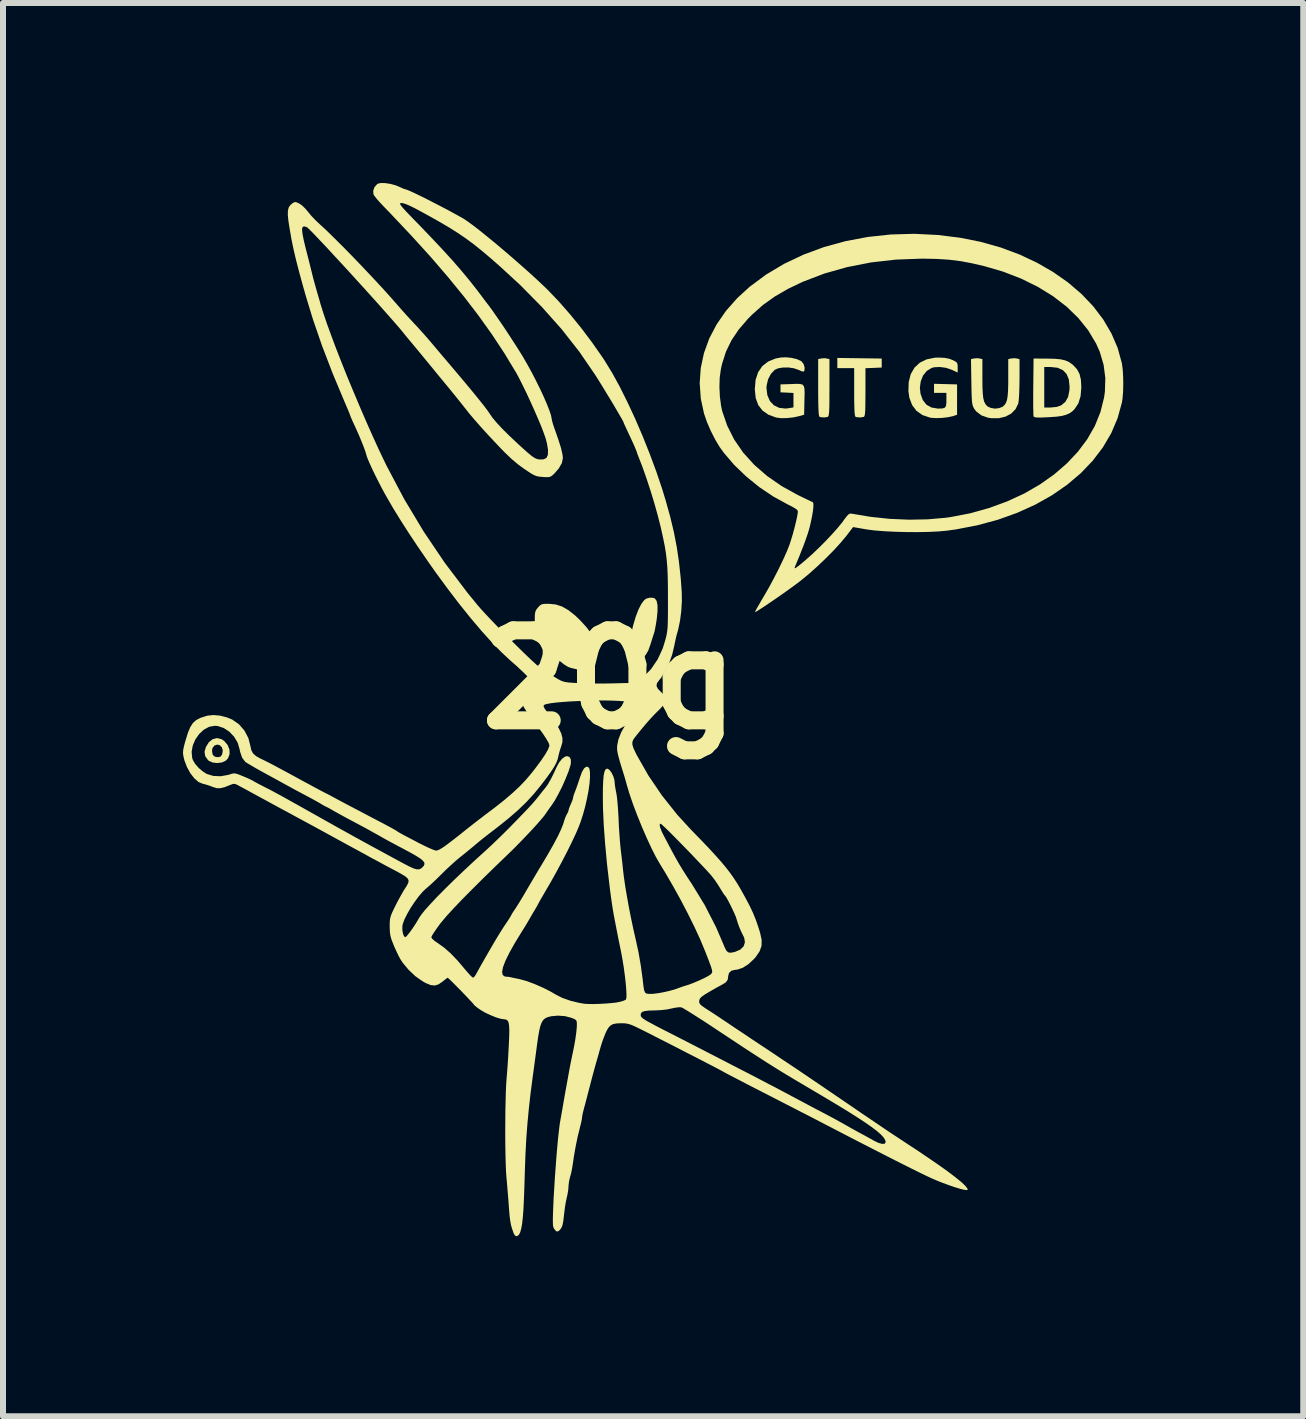
<source format=kicad_pcb>
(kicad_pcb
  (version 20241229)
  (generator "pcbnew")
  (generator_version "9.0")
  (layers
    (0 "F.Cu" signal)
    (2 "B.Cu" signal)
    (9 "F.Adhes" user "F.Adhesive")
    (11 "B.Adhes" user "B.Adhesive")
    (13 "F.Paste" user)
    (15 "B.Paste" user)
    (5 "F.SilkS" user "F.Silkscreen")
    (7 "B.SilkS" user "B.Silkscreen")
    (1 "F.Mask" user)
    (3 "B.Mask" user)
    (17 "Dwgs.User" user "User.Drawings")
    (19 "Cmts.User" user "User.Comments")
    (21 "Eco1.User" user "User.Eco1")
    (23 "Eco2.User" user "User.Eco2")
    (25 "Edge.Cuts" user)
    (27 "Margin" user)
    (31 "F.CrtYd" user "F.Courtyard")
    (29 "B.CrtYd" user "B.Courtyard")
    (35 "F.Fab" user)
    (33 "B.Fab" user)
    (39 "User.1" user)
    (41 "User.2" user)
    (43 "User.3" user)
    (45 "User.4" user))
  (footprint "20g"
    (layer "F.Cu")
    (at 7.11 8.278)
    (property "Reference" "20g" (at 0 0 0) (layer "F.SilkS") (effects (font (size 1.5 1.5) (thickness 0.3))))
    (attr board_only exclude_from_pos_files exclude_from_bom)
    (fp_poly (pts (xy 3.618 -5.353) (xy 3.665 -5.342) (xy 3.665 -4.866) (xy 3.664 -4.719) (xy 3.664 -4.604) (xy 3.662 -4.519) (xy 3.659 -4.458) (xy 3.654 -4.418) (xy 3.648 -4.394) (xy 3.64 -4.382) (xy 3.635 -4.379) (xy 3.579 -4.37) (xy 3.518 -4.375) (xy 3.501 -4.38) (xy 3.493 -4.392) (xy 3.487 -4.424) (xy 3.483 -4.479) (xy 3.48 -4.56) (xy 3.478 -4.671) (xy 3.477 -4.815) (xy 3.477 -4.866) (xy 3.477 -5.342) (xy 3.524 -5.353) (xy 3.581 -5.358)) (stroke (width 0) (type solid)) (fill yes) (layer "F.SilkS"))
    (fp_poly (pts (xy 4.166 -5.357) (xy 4.536 -5.352) (xy 4.536 -5.277) (xy 4.536 -5.202) (xy 4.4 -5.196) (xy 4.265 -5.191) (xy 4.265 -4.791) (xy 4.264 -4.656) (xy 4.263 -4.555) (xy 4.261 -4.482) (xy 4.257 -4.432) (xy 4.251 -4.402) (xy 4.244 -4.385) (xy 4.235 -4.379) (xy 4.179 -4.37) (xy 4.118 -4.375) (xy 4.101 -4.38) (xy 4.092 -4.393) (xy 4.086 -4.427) (xy 4.082 -4.484) (xy 4.079 -4.57) (xy 4.077 -4.687) (xy 4.077 -4.791) (xy 4.077 -5.192) (xy 3.937 -5.192) (xy 3.796 -5.192) (xy 3.796 -5.277) (xy 3.796 -5.362)) (stroke (width 0) (type solid)) (fill yes) (layer "F.SilkS"))
    (fp_poly (pts (xy -6.471 0.991) (xy -6.424 1.021) (xy -6.366 1.089) (xy -6.336 1.165) (xy -6.333 1.242) (xy -6.36 1.311) (xy -6.395 1.349) (xy -6.458 1.379) (xy -6.536 1.39) (xy -6.613 1.382) (xy -6.677 1.355) (xy -6.692 1.342) (xy -6.74 1.275) (xy -6.751 1.203) (xy -6.747 1.188) (xy -6.626 1.188) (xy -6.616 1.25) (xy -6.581 1.284) (xy -6.529 1.293) (xy -6.483 1.283) (xy -6.457 1.245) (xy -6.457 1.244) (xy -6.447 1.182) (xy -6.461 1.13) (xy -6.494 1.094) (xy -6.538 1.082) (xy -6.587 1.099) (xy -6.62 1.144) (xy -6.626 1.188) (xy -6.747 1.188) (xy -6.728 1.122) (xy -6.678 1.042) (xy -6.614 0.992) (xy -6.543 0.974)) (stroke (width 0) (type solid)) (fill yes) (layer "F.SilkS"))
    (fp_poly (pts (xy 0.726 -1.364) (xy 0.756 -1.352) (xy 0.784 -1.313) (xy 0.799 -1.24) (xy 0.799 -1.136) (xy 0.787 -1.016) (xy 0.774 -0.931) (xy 0.76 -0.854) (xy 0.748 -0.796) (xy 0.742 -0.778) (xy 0.727 -0.732) (xy 0.706 -0.665) (xy 0.682 -0.589) (xy 0.68 -0.582) (xy 0.645 -0.485) (xy 0.604 -0.415) (xy 0.574 -0.381) (xy 0.515 -0.337) (xy 0.458 -0.319) (xy 0.412 -0.326) (xy 0.387 -0.351) (xy 0.374 -0.388) (xy 0.357 -0.445) (xy 0.347 -0.484) (xy 0.336 -0.54) (xy 0.334 -0.593) (xy 0.34 -0.655) (xy 0.355 -0.74) (xy 0.356 -0.746) (xy 0.393 -0.905) (xy 0.435 -1.046) (xy 0.481 -1.167) (xy 0.529 -1.261) (xy 0.577 -1.325) (xy 0.608 -1.349) (xy 0.666 -1.366)) (stroke (width 0) (type solid)) (fill yes) (layer "F.SilkS"))
    (fp_poly (pts (xy -1.009 -1.264) (xy -0.897 -1.253) (xy -0.79 -1.218) (xy -0.683 -1.156) (xy -0.57 -1.066) (xy -0.487 -0.986) (xy -0.383 -0.872) (xy -0.309 -0.77) (xy -0.26 -0.673) (xy -0.235 -0.574) (xy -0.228 -0.485) (xy -0.233 -0.389) (xy -0.257 -0.318) (xy -0.303 -0.259) (xy -0.365 -0.211) (xy -0.448 -0.177) (xy -0.547 -0.172) (xy -0.654 -0.198) (xy -0.694 -0.214) (xy -0.758 -0.253) (xy -0.837 -0.316) (xy -0.921 -0.394) (xy -1.002 -0.48) (xy -1.07 -0.562) (xy -1.102 -0.612) (xy -1.142 -0.682) (xy -1.181 -0.757) (xy -1.183 -0.761) (xy -1.218 -0.841) (xy -1.238 -0.907) (xy -1.246 -0.975) (xy -1.247 -1.018) (xy -1.245 -1.089) (xy -1.236 -1.136) (xy -1.218 -1.172) (xy -1.192 -1.204) (xy -1.16 -1.237) (xy -1.13 -1.255) (xy -1.091 -1.263) (xy -1.028 -1.264)) (stroke (width 0) (type solid)) (fill yes) (layer "F.SilkS"))
    (fp_poly (pts (xy 7.292 -5.351) (xy 7.42 -5.348) (xy 7.518 -5.339) (xy 7.595 -5.321) (xy 7.657 -5.294) (xy 7.714 -5.254) (xy 7.728 -5.242) (xy 7.791 -5.174) (xy 7.833 -5.096) (xy 7.856 -4.999) (xy 7.863 -4.876) (xy 7.863 -4.874) (xy 7.851 -4.726) (xy 7.814 -4.605) (xy 7.751 -4.51) (xy 7.716 -4.475) (xy 7.667 -4.44) (xy 7.611 -4.415) (xy 7.541 -4.396) (xy 7.449 -4.383) (xy 7.329 -4.375) (xy 7.297 -4.373) (xy 7.2 -4.369) (xy 7.134 -4.369) (xy 7.094 -4.373) (xy 7.073 -4.381) (xy 7.067 -4.389) (xy 7.064 -4.414) (xy 7.063 -4.472) (xy 7.061 -4.556) (xy 7.061 -4.661) (xy 7.061 -4.783) (xy 7.062 -4.874) (xy 7.245 -4.874) (xy 7.245 -4.536) (xy 7.353 -4.536) (xy 7.454 -4.546) (xy 7.526 -4.571) (xy 7.596 -4.629) (xy 7.643 -4.713) (xy 7.665 -4.826) (xy 7.667 -4.883) (xy 7.655 -5.003) (xy 7.617 -5.095) (xy 7.554 -5.16) (xy 7.465 -5.199) (xy 7.35 -5.211) (xy 7.245 -5.211) (xy 7.245 -4.874) (xy 7.062 -4.874) (xy 7.062 -4.884) (xy 7.067 -5.352)) (stroke (width 0) (type solid)) (fill yes) (layer "F.SilkS"))
    (fp_poly (pts (xy 6.786 -5.353) (xy 6.833 -5.342) (xy 6.833 -5.009) (xy 6.831 -4.894) (xy 6.828 -4.787) (xy 6.823 -4.697) (xy 6.817 -4.631) (xy 6.812 -4.602) (xy 6.767 -4.509) (xy 6.695 -4.435) (xy 6.6 -4.384) (xy 6.487 -4.357) (xy 6.36 -4.358) (xy 6.308 -4.366) (xy 6.197 -4.405) (xy 6.113 -4.469) (xy 6.08 -4.512) (xy 6.065 -4.538) (xy 6.054 -4.565) (xy 6.046 -4.599) (xy 6.04 -4.645) (xy 6.036 -4.709) (xy 6.033 -4.797) (xy 6.031 -4.915) (xy 6.03 -4.962) (xy 6.024 -5.341) (xy 6.072 -5.353) (xy 6.129 -5.358) (xy 6.167 -5.353) (xy 6.214 -5.342) (xy 6.214 -5.023) (xy 6.215 -4.884) (xy 6.22 -4.777) (xy 6.228 -4.697) (xy 6.242 -4.638) (xy 6.263 -4.595) (xy 6.29 -4.563) (xy 6.31 -4.548) (xy 6.358 -4.528) (xy 6.418 -4.518) (xy 6.43 -4.518) (xy 6.49 -4.525) (xy 6.542 -4.544) (xy 6.549 -4.548) (xy 6.582 -4.576) (xy 6.606 -4.612) (xy 6.624 -4.661) (xy 6.635 -4.728) (xy 6.642 -4.819) (xy 6.645 -4.94) (xy 6.645 -5.023) (xy 6.645 -5.342) (xy 6.692 -5.353) (xy 6.749 -5.358)) (stroke (width 0) (type solid)) (fill yes) (layer "F.SilkS"))
    (fp_poly (pts (xy 5.579 -5.364) (xy 5.656 -5.35) (xy 5.713 -5.329) (xy 5.765 -5.303) (xy 5.791 -5.281) (xy 5.801 -5.248) (xy 5.802 -5.204) (xy 5.802 -5.119) (xy 5.703 -5.165) (xy 5.609 -5.197) (xy 5.507 -5.211) (xy 5.413 -5.207) (xy 5.367 -5.195) (xy 5.287 -5.145) (xy 5.226 -5.07) (xy 5.187 -4.974) (xy 5.172 -4.868) (xy 5.182 -4.769) (xy 5.22 -4.661) (xy 5.281 -4.583) (xy 5.364 -4.536) (xy 5.47 -4.518) (xy 5.481 -4.518) (xy 5.548 -4.52) (xy 5.588 -4.533) (xy 5.608 -4.564) (xy 5.614 -4.621) (xy 5.614 -4.66) (xy 5.614 -4.78) (xy 5.511 -4.78) (xy 5.408 -4.78) (xy 5.408 -4.856) (xy 5.408 -4.931) (xy 5.6 -4.926) (xy 5.792 -4.921) (xy 5.792 -4.668) (xy 5.792 -4.415) (xy 5.727 -4.393) (xy 5.646 -4.375) (xy 5.547 -4.363) (xy 5.446 -4.359) (xy 5.36 -4.364) (xy 5.339 -4.368) (xy 5.215 -4.41) (xy 5.116 -4.48) (xy 5.043 -4.576) (xy 4.997 -4.697) (xy 4.981 -4.808) (xy 4.986 -4.961) (xy 5.02 -5.092) (xy 5.082 -5.2) (xy 5.171 -5.283) (xy 5.284 -5.338) (xy 5.421 -5.366) (xy 5.481 -5.368)) (stroke (width 0) (type solid)) (fill yes) (layer "F.SilkS"))
    (fp_poly (pts (xy 3.035 -5.363) (xy 3.123 -5.342) (xy 3.189 -5.312) (xy 3.196 -5.308) (xy 3.235 -5.259) (xy 3.252 -5.197) (xy 3.246 -5.146) (xy 3.232 -5.134) (xy 3.201 -5.14) (xy 3.155 -5.161) (xy 3.075 -5.189) (xy 2.982 -5.203) (xy 2.888 -5.202) (xy 2.806 -5.188) (xy 2.752 -5.163) (xy 2.689 -5.096) (xy 2.642 -5.006) (xy 2.618 -4.903) (xy 2.615 -4.86) (xy 2.63 -4.741) (xy 2.672 -4.644) (xy 2.739 -4.573) (xy 2.827 -4.53) (xy 2.933 -4.518) (xy 2.998 -4.526) (xy 3.065 -4.538) (xy 3.065 -4.658) (xy 3.065 -4.778) (xy 2.957 -4.784) (xy 2.849 -4.789) (xy 2.849 -4.855) (xy 2.849 -4.921) (xy 3.009 -4.926) (xy 3.104 -4.93) (xy 3.171 -4.929) (xy 3.215 -4.918) (xy 3.239 -4.891) (xy 3.249 -4.844) (xy 3.251 -4.77) (xy 3.248 -4.665) (xy 3.248 -4.663) (xy 3.243 -4.416) (xy 3.16 -4.392) (xy 3.064 -4.371) (xy 2.96 -4.36) (xy 2.861 -4.358) (xy 2.782 -4.368) (xy 2.779 -4.368) (xy 2.649 -4.415) (xy 2.55 -4.484) (xy 2.479 -4.575) (xy 2.436 -4.692) (xy 2.421 -4.834) (xy 2.421 -4.846) (xy 2.434 -4.997) (xy 2.476 -5.124) (xy 2.546 -5.226) (xy 2.643 -5.302) (xy 2.766 -5.352) (xy 2.851 -5.369) (xy 2.94 -5.373)) (stroke (width 0) (type solid)) (fill yes) (layer "F.SilkS"))
    (fp_poly (pts (xy 5.476 -7.411) (xy 5.844 -7.365) (xy 6.189 -7.296) (xy 6.519 -7.203) (xy 6.831 -7.087) (xy 7.123 -6.95) (xy 7.395 -6.793) (xy 7.643 -6.619) (xy 7.866 -6.428) (xy 8.062 -6.222) (xy 8.229 -6.002) (xy 8.365 -5.77) (xy 8.469 -5.528) (xy 8.538 -5.277) (xy 8.541 -5.261) (xy 8.553 -5.167) (xy 8.56 -5.049) (xy 8.562 -4.922) (xy 8.559 -4.796) (xy 8.55 -4.686) (xy 8.54 -4.621) (xy 8.468 -4.359) (xy 8.362 -4.109) (xy 8.222 -3.871) (xy 8.052 -3.648) (xy 7.852 -3.439) (xy 7.625 -3.247) (xy 7.372 -3.072) (xy 7.094 -2.916) (xy 6.793 -2.78) (xy 6.472 -2.665) (xy 6.131 -2.573) (xy 5.773 -2.504) (xy 5.614 -2.482) (xy 5.477 -2.47) (xy 5.313 -2.462) (xy 5.133 -2.459) (xy 4.944 -2.46) (xy 4.755 -2.465) (xy 4.576 -2.474) (xy 4.415 -2.487) (xy 4.281 -2.504) (xy 4.26 -2.508) (xy 4.059 -2.543) (xy 3.943 -2.391) (xy 3.849 -2.279) (xy 3.733 -2.152) (xy 3.6 -2.018) (xy 3.46 -1.885) (xy 3.319 -1.759) (xy 3.185 -1.649) (xy 3.176 -1.642) (xy 3.11 -1.592) (xy 3.028 -1.532) (xy 2.936 -1.466) (xy 2.838 -1.397) (xy 2.74 -1.329) (xy 2.647 -1.266) (xy 2.564 -1.21) (xy 2.495 -1.166) (xy 2.447 -1.136) (xy 2.424 -1.125) (xy 2.423 -1.125) (xy 2.429 -1.14) (xy 2.451 -1.182) (xy 2.487 -1.244) (xy 2.532 -1.323) (xy 2.562 -1.373) (xy 2.65 -1.525) (xy 2.737 -1.686) (xy 2.82 -1.848) (xy 2.894 -2.002) (xy 2.956 -2.14) (xy 2.999 -2.249) (xy 3.025 -2.329) (xy 3.053 -2.422) (xy 3.08 -2.521) (xy 3.104 -2.618) (xy 3.123 -2.703) (xy 3.135 -2.769) (xy 3.139 -2.802) (xy 3.129 -2.826) (xy 3.097 -2.852) (xy 3.038 -2.886) (xy 2.972 -2.919) (xy 2.731 -3.051) (xy 2.497 -3.208) (xy 2.278 -3.386) (xy 2.078 -3.578) (xy 1.906 -3.779) (xy 1.833 -3.88) (xy 1.76 -4.003) (xy 1.687 -4.146) (xy 1.623 -4.294) (xy 1.576 -4.43) (xy 1.575 -4.432) (xy 1.52 -4.687) (xy 1.507 -4.877) (xy 1.831 -4.877) (xy 1.839 -4.714) (xy 1.859 -4.56) (xy 1.876 -4.48) (xy 1.96 -4.235) (xy 2.077 -4.002) (xy 2.228 -3.783) (xy 2.412 -3.58) (xy 2.627 -3.393) (xy 2.872 -3.224) (xy 3.127 -3.083) (xy 3.215 -3.04) (xy 3.291 -3.003) (xy 3.35 -2.975) (xy 3.383 -2.959) (xy 3.388 -2.957) (xy 3.397 -2.936) (xy 3.397 -2.885) (xy 3.39 -2.812) (xy 3.375 -2.723) (xy 3.355 -2.626) (xy 3.331 -2.526) (xy 3.306 -2.441) (xy 3.273 -2.345) (xy 3.232 -2.232) (xy 3.188 -2.121) (xy 3.167 -2.067) (xy 3.134 -1.988) (xy 3.107 -1.923) (xy 3.089 -1.879) (xy 3.084 -1.862) (xy 3.089 -1.856) (xy 3.108 -1.865) (xy 3.143 -1.891) (xy 3.2 -1.937) (xy 3.268 -1.994) (xy 3.377 -2.091) (xy 3.493 -2.201) (xy 3.608 -2.317) (xy 3.715 -2.431) (xy 3.809 -2.537) (xy 3.883 -2.628) (xy 3.897 -2.649) (xy 3.944 -2.712) (xy 3.976 -2.749) (xy 4.002 -2.766) (xy 4.027 -2.768) (xy 4.037 -2.766) (xy 4.348 -2.714) (xy 4.669 -2.68) (xy 4.991 -2.666) (xy 5.304 -2.672) (xy 5.599 -2.698) (xy 5.68 -2.709) (xy 6.013 -2.773) (xy 6.33 -2.862) (xy 6.63 -2.972) (xy 6.911 -3.102) (xy 7.171 -3.252) (xy 7.408 -3.419) (xy 7.62 -3.602) (xy 7.806 -3.799) (xy 7.963 -4.009) (xy 8.089 -4.23) (xy 8.182 -4.461) (xy 8.242 -4.701) (xy 8.256 -4.799) (xy 8.263 -5.028) (xy 8.234 -5.25) (xy 8.169 -5.468) (xy 8.108 -5.604) (xy 7.978 -5.822) (xy 7.814 -6.026) (xy 7.619 -6.216) (xy 7.394 -6.389) (xy 7.142 -6.545) (xy 6.865 -6.682) (xy 6.564 -6.799) (xy 6.261 -6.888) (xy 6.049 -6.938) (xy 5.853 -6.975) (xy 5.66 -6.999) (xy 5.458 -7.012) (xy 5.233 -7.017) (xy 5.202 -7.017) (xy 4.772 -7.001) (xy 4.358 -6.954) (xy 3.96 -6.876) (xy 3.581 -6.769) (xy 3.222 -6.632) (xy 2.975 -6.514) (xy 2.754 -6.386) (xy 2.558 -6.246) (xy 2.377 -6.085) (xy 2.308 -6.016) (xy 2.154 -5.837) (xy 2.032 -5.656) (xy 1.94 -5.467) (xy 1.875 -5.263) (xy 1.855 -5.174) (xy 1.836 -5.036) (xy 1.831 -4.877) (xy 1.507 -4.877) (xy 1.502 -4.941) (xy 1.52 -5.194) (xy 1.573 -5.442) (xy 1.661 -5.685) (xy 1.784 -5.92) (xy 1.939 -6.145) (xy 2.128 -6.359) (xy 2.332 -6.546) (xy 2.608 -6.751) (xy 2.91 -6.931) (xy 3.233 -7.084) (xy 3.576 -7.211) (xy 3.935 -7.309) (xy 4.307 -7.379) (xy 4.69 -7.42) (xy 5.081 -7.431)) (stroke (width 0) (type solid)) (fill yes) (layer "F.SilkS"))
    (fp_poly (pts (xy -3.738 -8.276) (xy -3.653 -8.263) (xy -3.568 -8.24) (xy -3.494 -8.21) (xy -3.445 -8.187) (xy -3.409 -8.174) (xy -3.402 -8.173) (xy -3.374 -8.164) (xy -3.319 -8.141) (xy -3.24 -8.104) (xy -3.145 -8.058) (xy -3.036 -8.004) (xy -2.92 -7.944) (xy -2.801 -7.883) (xy -2.685 -7.822) (xy -2.577 -7.763) (xy -2.481 -7.71) (xy -2.435 -7.684) (xy -2.369 -7.64) (xy -2.28 -7.575) (xy -2.171 -7.491) (xy -2.047 -7.391) (xy -1.911 -7.28) (xy -1.769 -7.16) (xy -1.623 -7.035) (xy -1.479 -6.909) (xy -1.339 -6.785) (xy -1.208 -6.665) (xy -1.091 -6.555) (xy -1.02 -6.486) (xy -0.843 -6.3) (xy -0.658 -6.089) (xy -0.472 -5.86) (xy -0.292 -5.621) (xy -0.125 -5.382) (xy -0.078 -5.311) (xy 0.045 -5.11) (xy 0.172 -4.878) (xy 0.3 -4.621) (xy 0.428 -4.346) (xy 0.552 -4.057) (xy 0.67 -3.762) (xy 0.78 -3.465) (xy 0.878 -3.174) (xy 0.934 -2.99) (xy 1.011 -2.714) (xy 1.072 -2.459) (xy 1.12 -2.211) (xy 1.157 -1.96) (xy 1.186 -1.692) (xy 1.203 -1.46) (xy 1.205 -1.307) (xy 1.195 -1.142) (xy 1.174 -0.98) (xy 1.144 -0.836) (xy 1.133 -0.797) (xy 1.11 -0.713) (xy 1.089 -0.618) (xy 1.078 -0.562) (xy 1.043 -0.415) (xy 0.991 -0.269) (xy 0.926 -0.135) (xy 0.854 -0.024) (xy 0.829 0.005) (xy 0.79 0.059) (xy 0.782 0.106) (xy 0.806 0.153) (xy 0.853 0.201) (xy 0.9 0.248) (xy 0.922 0.289) (xy 0.928 0.336) (xy 0.928 0.336) (xy 0.925 0.373) (xy 0.911 0.406) (xy 0.881 0.445) (xy 0.831 0.498) (xy 0.805 0.523) (xy 0.743 0.585) (xy 0.68 0.653) (xy 0.61 0.732) (xy 0.529 0.829) (xy 0.431 0.95) (xy 0.429 0.953) (xy 0.396 0.998) (xy 0.38 1.038) (xy 0.38 1.083) (xy 0.397 1.139) (xy 0.432 1.215) (xy 0.454 1.259) (xy 0.648 1.599) (xy 0.874 1.932) (xy 1.128 2.251) (xy 1.359 2.503) (xy 1.517 2.665) (xy 1.652 2.806) (xy 1.765 2.929) (xy 1.861 3.037) (xy 1.942 3.134) (xy 2.012 3.225) (xy 2.073 3.312) (xy 2.13 3.4) (xy 2.179 3.483) (xy 2.265 3.637) (xy 2.334 3.768) (xy 2.39 3.886) (xy 2.436 3.999) (xy 2.477 4.117) (xy 2.509 4.219) (xy 2.535 4.337) (xy 2.533 4.437) (xy 2.501 4.528) (xy 2.438 4.621) (xy 2.407 4.656) (xy 2.315 4.742) (xy 2.221 4.802) (xy 2.131 4.833) (xy 2.095 4.836) (xy 2.031 4.851) (xy 1.99 4.89) (xy 1.978 4.939) (xy 1.969 5.002) (xy 1.938 5.045) (xy 1.886 5.078) (xy 1.84 5.103) (xy 1.772 5.14) (xy 1.695 5.184) (xy 1.659 5.205) (xy 1.584 5.25) (xy 1.536 5.284) (xy 1.509 5.311) (xy 1.497 5.337) (xy 1.494 5.353) (xy 1.494 5.381) (xy 1.505 5.405) (xy 1.532 5.432) (xy 1.581 5.467) (xy 1.635 5.502) (xy 1.722 5.558) (xy 1.822 5.624) (xy 1.914 5.686) (xy 1.931 5.697) (xy 1.998 5.742) (xy 2.088 5.803) (xy 2.191 5.871) (xy 2.297 5.942) (xy 2.362 5.986) (xy 2.646 6.174) (xy 2.904 6.347) (xy 3.135 6.501) (xy 3.337 6.638) (xy 3.51 6.755) (xy 3.615 6.827) (xy 3.737 6.91) (xy 3.879 7.007) (xy 4.032 7.111) (xy 4.188 7.218) (xy 4.339 7.32) (xy 4.476 7.413) (xy 4.591 7.491) (xy 4.593 7.492) (xy 4.641 7.525) (xy 4.715 7.574) (xy 4.808 7.635) (xy 4.913 7.704) (xy 5.024 7.778) (xy 5.071 7.808) (xy 5.284 7.951) (xy 5.471 8.079) (xy 5.629 8.191) (xy 5.758 8.289) (xy 5.857 8.369) (xy 5.926 8.433) (xy 5.963 8.48) (xy 5.97 8.5) (xy 5.954 8.508) (xy 5.907 8.502) (xy 5.835 8.484) (xy 5.742 8.456) (xy 5.632 8.417) (xy 5.509 8.371) (xy 5.436 8.341) (xy 5.366 8.311) (xy 5.264 8.263) (xy 5.131 8.198) (xy 4.968 8.117) (xy 4.775 8.02) (xy 4.553 7.907) (xy 4.305 7.78) (xy 4.029 7.638) (xy 3.728 7.482) (xy 3.543 7.386) (xy 3.451 7.338) (xy 3.335 7.278) (xy 3.204 7.211) (xy 3.068 7.141) (xy 2.936 7.073) (xy 2.906 7.058) (xy 2.667 6.935) (xy 2.458 6.828) (xy 2.281 6.737) (xy 2.135 6.661) (xy 2.021 6.602) (xy 1.939 6.559) (xy 1.89 6.532) (xy 1.875 6.523) (xy 1.854 6.512) (xy 1.804 6.485) (xy 1.729 6.446) (xy 1.634 6.397) (xy 1.522 6.339) (xy 1.398 6.275) (xy 1.266 6.208) (xy 1.131 6.138) (xy 0.996 6.069) (xy 0.866 6.003) (xy 0.745 5.941) (xy 0.637 5.886) (xy 0.547 5.841) (xy 0.525 5.83) (xy 0.435 5.786) (xy 0.368 5.756) (xy 0.316 5.739) (xy 0.269 5.73) (xy 0.217 5.727) (xy 0.193 5.727) (xy 0.117 5.73) (xy 0.058 5.741) (xy 0.012 5.767) (xy -0.026 5.811) (xy -0.062 5.879) (xy -0.1 5.975) (xy -0.122 6.036) (xy -0.141 6.095) (xy -0.162 6.167) (xy -0.17 6.195) (xy -0.189 6.264) (xy -0.213 6.348) (xy -0.234 6.42) (xy -0.254 6.493) (xy -0.28 6.589) (xy -0.308 6.694) (xy -0.329 6.776) (xy -0.356 6.879) (xy -0.383 6.983) (xy -0.407 7.076) (xy -0.423 7.133) (xy -0.441 7.203) (xy -0.454 7.263) (xy -0.459 7.301) (xy -0.459 7.301) (xy -0.464 7.338) (xy -0.477 7.397) (xy -0.495 7.467) (xy -0.495 7.47) (xy -0.531 7.614) (xy -0.565 7.779) (xy -0.595 7.95) (xy -0.611 8.061) (xy -0.624 8.143) (xy -0.64 8.224) (xy -0.657 8.284) (xy -0.674 8.355) (xy -0.684 8.428) (xy -0.684 8.444) (xy -0.689 8.506) (xy -0.702 8.583) (xy -0.713 8.633) (xy -0.729 8.705) (xy -0.744 8.797) (xy -0.756 8.893) (xy -0.759 8.916) (xy -0.77 9.016) (xy -0.783 9.086) (xy -0.801 9.134) (xy -0.827 9.17) (xy -0.845 9.186) (xy -0.87 9.2) (xy -0.893 9.19) (xy -0.914 9.166) (xy -0.927 9.147) (xy -0.937 9.126) (xy -0.943 9.096) (xy -0.945 9.051) (xy -0.945 8.986) (xy -0.943 8.894) (xy -0.939 8.792) (xy -0.932 8.638) (xy -0.922 8.471) (xy -0.911 8.295) (xy -0.898 8.117) (xy -0.885 7.943) (xy -0.871 7.78) (xy -0.857 7.632) (xy -0.843 7.507) (xy -0.831 7.41) (xy -0.825 7.373) (xy -0.785 7.148) (xy -0.752 6.956) (xy -0.723 6.794) (xy -0.698 6.658) (xy -0.678 6.546) (xy -0.661 6.454) (xy -0.646 6.377) (xy -0.633 6.314) (xy -0.622 6.26) (xy -0.618 6.242) (xy -0.593 6.121) (xy -0.571 5.997) (xy -0.555 5.882) (xy -0.546 5.787) (xy -0.545 5.756) (xy -0.546 5.707) (xy -0.556 5.678) (xy -0.583 5.658) (xy -0.637 5.636) (xy -0.741 5.609) (xy -0.858 5.6) (xy -0.97 5.61) (xy -1.031 5.625) (xy -1.072 5.644) (xy -1.104 5.671) (xy -1.13 5.71) (xy -1.152 5.768) (xy -1.172 5.849) (xy -1.191 5.958) (xy -1.21 6.092) (xy -1.226 6.214) (xy -1.243 6.34) (xy -1.259 6.459) (xy -1.272 6.557) (xy -1.277 6.589) (xy -1.315 6.88) (xy -1.345 7.146) (xy -1.369 7.399) (xy -1.388 7.65) (xy -1.402 7.911) (xy -1.412 8.194) (xy -1.415 8.295) (xy -1.422 8.513) (xy -1.429 8.698) (xy -1.437 8.85) (xy -1.447 8.974) (xy -1.458 9.073) (xy -1.472 9.148) (xy -1.487 9.204) (xy -1.505 9.243) (xy -1.514 9.256) (xy -1.547 9.278) (xy -1.578 9.264) (xy -1.599 9.227) (xy -1.624 9.155) (xy -1.643 9.089) (xy -1.656 9.018) (xy -1.667 8.931) (xy -1.676 8.82) (xy -1.678 8.792) (xy -1.687 8.667) (xy -1.699 8.526) (xy -1.71 8.389) (xy -1.719 8.295) (xy -1.726 8.196) (xy -1.731 8.066) (xy -1.735 7.913) (xy -1.738 7.742) (xy -1.739 7.561) (xy -1.738 7.377) (xy -1.737 7.195) (xy -1.733 7.024) (xy -1.729 6.869) (xy -1.723 6.738) (xy -1.716 6.645) (xy -1.708 6.547) (xy -1.699 6.424) (xy -1.69 6.288) (xy -1.683 6.153) (xy -1.679 6.083) (xy -1.673 5.945) (xy -1.671 5.841) (xy -1.675 5.765) (xy -1.684 5.714) (xy -1.7 5.682) (xy -1.723 5.666) (xy -1.754 5.661) (xy -1.758 5.661) (xy -1.817 5.652) (xy -1.898 5.627) (xy -1.969 5.598) (xy 0.519 5.598) (xy 0.524 5.615) (xy 0.538 5.632) (xy 0.565 5.654) (xy 0.607 5.681) (xy 0.67 5.716) (xy 0.756 5.762) (xy 0.869 5.821) (xy 0.975 5.875) (xy 1.116 5.947) (xy 1.267 6.024) (xy 1.417 6.101) (xy 1.557 6.173) (xy 1.679 6.236) (xy 1.734 6.264) (xy 1.858 6.328) (xy 2.002 6.403) (xy 2.152 6.48) (xy 2.296 6.554) (xy 2.381 6.598) (xy 2.508 6.664) (xy 2.647 6.737) (xy 2.786 6.809) (xy 2.912 6.876) (xy 2.99 6.917) (xy 3.105 6.979) (xy 3.232 7.046) (xy 3.355 7.112) (xy 3.463 7.169) (xy 3.487 7.181) (xy 3.602 7.242) (xy 3.691 7.289) (xy 3.76 7.326) (xy 3.816 7.357) (xy 3.865 7.384) (xy 3.915 7.412) (xy 3.937 7.425) (xy 4 7.461) (xy 4.08 7.505) (xy 4.161 7.55) (xy 4.171 7.555) (xy 4.251 7.598) (xy 4.332 7.643) (xy 4.399 7.68) (xy 4.405 7.684) (xy 4.482 7.721) (xy 4.544 7.738) (xy 4.585 7.735) (xy 4.602 7.71) (xy 4.602 7.708) (xy 4.594 7.673) (xy 4.569 7.633) (xy 4.526 7.585) (xy 4.463 7.529) (xy 4.378 7.464) (xy 4.269 7.387) (xy 4.135 7.299) (xy 3.974 7.197) (xy 3.784 7.081) (xy 3.564 6.95) (xy 3.402 6.854) (xy 3.245 6.761) (xy 3.105 6.678) (xy 2.978 6.602) (xy 2.859 6.53) (xy 2.743 6.458) (xy 2.625 6.384) (xy 2.501 6.304) (xy 2.366 6.217) (xy 2.215 6.118) (xy 2.044 6.005) (xy 1.846 5.874) (xy 1.802 5.845) (xy 1.671 5.758) (xy 1.549 5.678) (xy 1.438 5.608) (xy 1.344 5.548) (xy 1.269 5.502) (xy 1.218 5.472) (xy 1.196 5.462) (xy 1.154 5.46) (xy 1.091 5.469) (xy 1.034 5.481) (xy 0.956 5.497) (xy 0.858 5.508) (xy 0.76 5.513) (xy 0.75 5.513) (xy 0.649 5.516) (xy 0.581 5.525) (xy 0.539 5.541) (xy 0.521 5.566) (xy 0.519 5.598) (xy -1.969 5.598) (xy -1.987 5.591) (xy -2.076 5.549) (xy -2.151 5.505) (xy -2.205 5.467) (xy -2.243 5.437) (xy -2.259 5.42) (xy -2.259 5.42) (xy -2.271 5.404) (xy -2.305 5.366) (xy -2.354 5.314) (xy -2.414 5.251) (xy -2.479 5.183) (xy -2.545 5.117) (xy -2.605 5.056) (xy -2.654 5.008) (xy -2.687 4.977) (xy -2.699 4.968) (xy -2.715 4.979) (xy -2.752 5.007) (xy -2.784 5.033) (xy -2.849 5.078) (xy -2.912 5.098) (xy -2.981 5.091) (xy -3.062 5.058) (xy -3.122 5.024) (xy -3.238 4.942) (xy -3.35 4.836) (xy -3.446 4.721) (xy -3.488 4.657) (xy -3.518 4.601) (xy -3.555 4.524) (xy -3.592 4.441) (xy -3.6 4.421) (xy -3.634 4.335) (xy -3.653 4.267) (xy -3.662 4.199) (xy -3.663 4.171) (xy -3.454 4.171) (xy -3.444 4.231) (xy -3.427 4.275) (xy -3.405 4.293) (xy -3.404 4.293) (xy -3.385 4.278) (xy -3.352 4.239) (xy -3.31 4.184) (xy -3.265 4.119) (xy -3.223 4.054) (xy -3.188 3.995) (xy -3.182 3.983) (xy -3.144 3.925) (xy -3.08 3.844) (xy -2.99 3.744) (xy -2.879 3.625) (xy -2.746 3.491) (xy -2.595 3.342) (xy -2.427 3.182) (xy -2.245 3.012) (xy -2.055 2.84) (xy -1.972 2.763) (xy -1.875 2.67) (xy -1.769 2.567) (xy -1.66 2.458) (xy -1.553 2.348) (xy -1.451 2.243) (xy -1.359 2.147) (xy -1.283 2.064) (xy -1.228 2) (xy -1.21 1.978) (xy -1.158 1.912) (xy -1.111 1.852) (xy -1.075 1.808) (xy -1.068 1.8) (xy -1.026 1.741) (xy -0.976 1.653) (xy -0.922 1.544) (xy -0.89 1.472) (xy -0.843 1.383) (xy -0.791 1.318) (xy -0.738 1.281) (xy -0.708 1.275) (xy -0.667 1.29) (xy -0.645 1.333) (xy -0.645 1.397) (xy -0.651 1.424) (xy -0.684 1.53) (xy -0.733 1.652) (xy -0.79 1.782) (xy -0.853 1.906) (xy -0.914 2.016) (xy -0.963 2.09) (xy -1.006 2.149) (xy -1.044 2.204) (xy -1.063 2.232) (xy -1.094 2.275) (xy -1.147 2.338) (xy -1.217 2.418) (xy -1.299 2.508) (xy -1.389 2.603) (xy -1.48 2.698) (xy -1.568 2.788) (xy -1.645 2.864) (xy -1.892 3.102) (xy -2.111 3.316) (xy -2.301 3.505) (xy -2.465 3.671) (xy -2.6 3.813) (xy -2.709 3.931) (xy -2.79 4.027) (xy -2.823 4.067) (xy -2.878 4.143) (xy -2.924 4.21) (xy -2.957 4.262) (xy -2.971 4.292) (xy -2.971 4.294) (xy -2.956 4.319) (xy -2.916 4.355) (xy -2.86 4.393) (xy -2.757 4.467) (xy -2.649 4.562) (xy -2.532 4.684) (xy -2.423 4.813) (xy -2.369 4.876) (xy -2.323 4.927) (xy -2.289 4.959) (xy -2.276 4.968) (xy -2.255 4.953) (xy -2.229 4.917) (xy -2.229 4.916) (xy -2.152 4.776) (xy -2.07 4.632) (xy -1.989 4.492) (xy -1.912 4.36) (xy -1.842 4.244) (xy -1.783 4.15) (xy -1.751 4.101) (xy -1.705 4.033) (xy -1.669 3.977) (xy -1.646 3.94) (xy -1.64 3.928) (xy -1.63 3.908) (xy -1.605 3.868) (xy -1.578 3.829) (xy -1.546 3.779) (xy -1.5 3.706) (xy -1.447 3.618) (xy -1.392 3.525) (xy -1.381 3.505) (xy -1.319 3.4) (xy -1.251 3.285) (xy -1.186 3.175) (xy -1.131 3.084) (xy -1.021 2.899) (xy -0.932 2.742) (xy -0.862 2.61) (xy -0.81 2.499) (xy -0.773 2.408) (xy -0.759 2.36) (xy -0.739 2.301) (xy -0.717 2.252) (xy -0.71 2.241) (xy -0.69 2.202) (xy -0.684 2.179) (xy -0.676 2.148) (xy -0.657 2.099) (xy -0.647 2.076) (xy -0.624 2.024) (xy -0.611 1.983) (xy -0.609 1.973) (xy -0.603 1.941) (xy -0.585 1.89) (xy -0.573 1.859) (xy -0.549 1.795) (xy -0.521 1.714) (xy -0.495 1.635) (xy -0.46 1.539) (xy -0.425 1.479) (xy -0.39 1.452) (xy -0.359 1.454) (xy -0.337 1.482) (xy -0.327 1.54) (xy -0.326 1.623) (xy -0.334 1.727) (xy -0.35 1.846) (xy -0.375 1.976) (xy -0.405 2.11) (xy -0.442 2.245) (xy -0.484 2.374) (xy -0.515 2.455) (xy -0.565 2.572) (xy -0.632 2.714) (xy -0.711 2.874) (xy -0.799 3.043) (xy -0.892 3.216) (xy -0.986 3.384) (xy -1.057 3.505) (xy -1.102 3.583) (xy -1.143 3.653) (xy -1.173 3.706) (xy -1.186 3.73) (xy -1.211 3.778) (xy -1.244 3.834) (xy -1.249 3.843) (xy -1.284 3.901) (xy -1.323 3.968) (xy -1.337 3.993) (xy -1.372 4.053) (xy -1.417 4.127) (xy -1.462 4.199) (xy -1.578 4.388) (xy -1.669 4.55) (xy -1.735 4.684) (xy -1.776 4.791) (xy -1.791 4.871) (xy -1.781 4.923) (xy -1.746 4.948) (xy -1.729 4.95) (xy -1.682 4.954) (xy -1.659 4.958) (xy -1.628 4.965) (xy -1.571 4.977) (xy -1.501 4.991) (xy -1.495 4.993) (xy -1.382 5.024) (xy -1.25 5.073) (xy -1.113 5.133) (xy -0.982 5.199) (xy -0.897 5.249) (xy -0.791 5.303) (xy -0.659 5.35) (xy -0.514 5.386) (xy -0.422 5.402) (xy -0.358 5.406) (xy -0.269 5.407) (xy -0.165 5.404) (xy -0.058 5.398) (xy 0.04 5.39) (xy 0.118 5.381) (xy 0.12 5.38) (xy 0.189 5.366) (xy 0.243 5.348) (xy 0.273 5.332) (xy 0.273 5.331) (xy 0.281 5.301) (xy 0.282 5.24) (xy 0.277 5.153) (xy 0.268 5.047) (xy 0.254 4.927) (xy 0.237 4.799) (xy 0.216 4.669) (xy 0.193 4.543) (xy 0.188 4.518) (xy 0.149 4.329) (xy 0.118 4.171) (xy 0.092 4.037) (xy 0.07 3.921) (xy 0.052 3.817) (xy 0.037 3.718) (xy 0.023 3.619) (xy 0.009 3.512) (xy 0.001 3.449) (xy -0.042 3.08) (xy -0.074 2.737) (xy -0.097 2.424) (xy -0.11 2.142) (xy -0.112 1.959) (xy -0.111 1.804) (xy -0.106 1.684) (xy -0.098 1.595) (xy -0.085 1.534) (xy -0.068 1.498) (xy -0.045 1.484) (xy -0.031 1.485) (xy 0.001 1.507) (xy 0.034 1.553) (xy 0.063 1.613) (xy 0.081 1.674) (xy 0.084 1.706) (xy 0.089 1.761) (xy 0.101 1.833) (xy 0.111 1.884) (xy 0.121 1.941) (xy 0.13 2.027) (xy 0.139 2.132) (xy 0.146 2.246) (xy 0.15 2.315) (xy 0.155 2.441) (xy 0.164 2.573) (xy 0.173 2.698) (xy 0.183 2.803) (xy 0.187 2.84) (xy 0.199 2.94) (xy 0.211 3.041) (xy 0.22 3.128) (xy 0.224 3.168) (xy 0.239 3.292) (xy 0.261 3.444) (xy 0.29 3.616) (xy 0.323 3.799) (xy 0.36 3.985) (xy 0.398 4.165) (xy 0.436 4.331) (xy 0.441 4.354) (xy 0.482 4.543) (xy 0.519 4.756) (xy 0.55 4.98) (xy 0.564 5.103) (xy 0.575 5.174) (xy 0.592 5.215) (xy 0.609 5.23) (xy 0.652 5.238) (xy 0.722 5.237) (xy 0.811 5.226) (xy 0.91 5.208) (xy 1.012 5.184) (xy 1.107 5.156) (xy 1.172 5.132) (xy 1.226 5.113) (xy 1.275 5.098) (xy 1.335 5.079) (xy 1.411 5.049) (xy 1.493 5.014) (xy 1.571 4.978) (xy 1.636 4.944) (xy 1.679 4.918) (xy 1.685 4.912) (xy 1.699 4.898) (xy 1.708 4.883) (xy 1.711 4.864) (xy 1.706 4.835) (xy 1.693 4.791) (xy 1.67 4.727) (xy 1.636 4.638) (xy 1.59 4.52) (xy 1.587 4.513) (xy 1.51 4.328) (xy 1.414 4.12) (xy 1.304 3.898) (xy 1.184 3.668) (xy 1.057 3.439) (xy 0.928 3.217) (xy 0.844 3.08) (xy 0.774 2.959) (xy 0.698 2.809) (xy 0.619 2.638) (xy 0.539 2.455) (xy 0.523 2.414) (xy 0.835 2.414) (xy 0.841 2.457) (xy 0.866 2.525) (xy 0.897 2.588) (xy 0.978 2.742) (xy 1.046 2.87) (xy 1.106 2.98) (xy 1.162 3.077) (xy 1.219 3.171) (xy 1.28 3.267) (xy 1.35 3.374) (xy 1.369 3.402) (xy 1.586 3.757) (xy 1.774 4.124) (xy 1.883 4.377) (xy 1.918 4.461) (xy 1.946 4.516) (xy 1.975 4.544) (xy 2.01 4.552) (xy 2.059 4.545) (xy 2.097 4.535) (xy 2.181 4.498) (xy 2.235 4.444) (xy 2.256 4.377) (xy 2.244 4.302) (xy 2.232 4.277) (xy 2.195 4.202) (xy 2.159 4.118) (xy 2.131 4.038) (xy 2.118 3.994) (xy 2.105 3.954) (xy 2.08 3.895) (xy 2.047 3.824) (xy 2.011 3.75) (xy 1.976 3.683) (xy 1.946 3.63) (xy 1.927 3.602) (xy 1.924 3.6) (xy 1.907 3.579) (xy 1.879 3.536) (xy 1.855 3.496) (xy 1.814 3.43) (xy 1.763 3.353) (xy 1.72 3.295) (xy 1.689 3.257) (xy 1.638 3.2) (xy 1.571 3.128) (xy 1.491 3.044) (xy 1.404 2.952) (xy 1.312 2.856) (xy 1.218 2.76) (xy 1.128 2.668) (xy 1.044 2.583) (xy 0.971 2.51) (xy 0.911 2.453) (xy 0.87 2.415) (xy 0.85 2.4) (xy 0.849 2.399) (xy 0.835 2.414) (xy 0.523 2.414) (xy 0.463 2.267) (xy 0.393 2.082) (xy 0.333 1.907) (xy 0.286 1.751) (xy 0.282 1.734) (xy 0.263 1.666) (xy 0.238 1.582) (xy 0.215 1.509) (xy 0.179 1.392) (xy 0.154 1.304) (xy 0.137 1.237) (xy 0.128 1.185) (xy 0.125 1.14) (xy 0.127 1.097) (xy 0.148 0.993) (xy 0.196 0.874) (xy 0.267 0.747) (xy 0.357 0.618) (xy 0.42 0.542) (xy 0.476 0.471) (xy 0.502 0.419) (xy 0.498 0.386) (xy 0.464 0.375) (xy 0.462 0.375) (xy 0.433 0.373) (xy 0.374 0.37) (xy 0.293 0.364) (xy 0.198 0.358) (xy 0.169 0.355) (xy 0.057 0.35) (xy -0.072 0.347) (xy -0.212 0.347) (xy -0.358 0.35) (xy -0.504 0.356) (xy -0.646 0.363) (xy -0.777 0.372) (xy -0.892 0.382) (xy -0.986 0.394) (xy -1.053 0.407) (xy -1.087 0.419) (xy -1.099 0.433) (xy -1.098 0.452) (xy -1.081 0.484) (xy -1.045 0.534) (xy -1.008 0.582) (xy -0.915 0.705) (xy -0.848 0.808) (xy -0.806 0.895) (xy -0.786 0.972) (xy -0.786 1.042) (xy -0.805 1.109) (xy -0.828 1.177) (xy -0.849 1.256) (xy -0.854 1.281) (xy -0.868 1.336) (xy -0.892 1.395) (xy -0.929 1.462) (xy -0.982 1.542) (xy -1.053 1.641) (xy -1.146 1.763) (xy -1.146 1.763) (xy -1.263 1.906) (xy -1.388 2.042) (xy -1.528 2.177) (xy -1.687 2.315) (xy -1.871 2.462) (xy -1.978 2.544) (xy -2.058 2.606) (xy -2.143 2.673) (xy -2.218 2.735) (xy -2.231 2.746) (xy -2.3 2.804) (xy -2.384 2.873) (xy -2.466 2.939) (xy -2.484 2.953) (xy -2.554 3.011) (xy -2.639 3.087) (xy -2.727 3.169) (xy -2.802 3.243) (xy -2.875 3.315) (xy -2.946 3.382) (xy -3.006 3.437) (xy -3.048 3.473) (xy -3.051 3.475) (xy -3.112 3.532) (xy -3.18 3.611) (xy -3.25 3.706) (xy -3.317 3.807) (xy -3.375 3.908) (xy -3.421 4.001) (xy -3.448 4.077) (xy -3.453 4.105) (xy -3.454 4.171) (xy -3.663 4.171) (xy -3.665 4.116) (xy -3.665 4.114) (xy -3.664 4.044) (xy -3.659 3.99) (xy -3.647 3.94) (xy -3.625 3.884) (xy -3.589 3.809) (xy -3.573 3.776) (xy -3.527 3.686) (xy -3.478 3.597) (xy -3.435 3.521) (xy -3.413 3.487) (xy -3.375 3.427) (xy -3.353 3.381) (xy -3.35 3.343) (xy -3.369 3.309) (xy -3.413 3.273) (xy -3.484 3.231) (xy -3.585 3.176) (xy -3.59 3.174) (xy -3.666 3.134) (xy -3.765 3.081) (xy -3.879 3.019) (xy -3.997 2.956) (xy -4.086 2.906) (xy -4.375 2.749) (xy -4.642 2.603) (xy -4.885 2.47) (xy -5.101 2.353) (xy -5.258 2.268) (xy -5.364 2.21) (xy -5.491 2.142) (xy -5.625 2.069) (xy -5.755 1.998) (xy -5.82 1.963) (xy -5.923 1.907) (xy -6.018 1.855) (xy -6.099 1.811) (xy -6.161 1.778) (xy -6.193 1.76) (xy -6.238 1.739) (xy -6.273 1.737) (xy -6.318 1.753) (xy -6.324 1.756) (xy -6.416 1.792) (xy -6.486 1.809) (xy -6.546 1.809) (xy -6.607 1.791) (xy -6.622 1.785) (xy -6.69 1.76) (xy -6.759 1.74) (xy -6.782 1.735) (xy -6.851 1.706) (xy -6.921 1.645) (xy -6.987 1.561) (xy -7.043 1.459) (xy -7.086 1.346) (xy -7.097 1.302) (xy -7.107 1.253) (xy -7.11 1.21) (xy -7.109 1.202) (xy -6.966 1.202) (xy -6.957 1.304) (xy -6.946 1.338) (xy -6.909 1.402) (xy -6.849 1.471) (xy -6.777 1.532) (xy -6.711 1.573) (xy -6.603 1.605) (xy -6.482 1.61) (xy -6.359 1.588) (xy -6.338 1.582) (xy -6.294 1.568) (xy -6.259 1.562) (xy -6.223 1.567) (xy -6.175 1.583) (xy -6.105 1.612) (xy -6.036 1.641) (xy -5.98 1.667) (xy -5.947 1.684) (xy -5.942 1.687) (xy -5.918 1.701) (xy -5.869 1.728) (xy -5.802 1.763) (xy -5.755 1.787) (xy -5.712 1.809) (xy -5.668 1.831) (xy -5.619 1.857) (xy -5.564 1.887) (xy -5.497 1.923) (xy -5.417 1.967) (xy -5.321 2.021) (xy -5.205 2.085) (xy -5.067 2.163) (xy -4.903 2.255) (xy -4.711 2.363) (xy -4.639 2.403) (xy -4.513 2.474) (xy -4.39 2.542) (xy -4.266 2.611) (xy -4.135 2.683) (xy -3.993 2.761) (xy -3.833 2.848) (xy -3.651 2.947) (xy -3.442 3.06) (xy -3.342 3.112) (xy -3.268 3.146) (xy -3.213 3.162) (xy -3.173 3.162) (xy -3.141 3.147) (xy -3.121 3.13) (xy -3.096 3.102) (xy -3.085 3.074) (xy -3.089 3.047) (xy -3.113 3.016) (xy -3.158 2.979) (xy -3.228 2.935) (xy -3.325 2.88) (xy -3.452 2.812) (xy -3.505 2.784) (xy -3.597 2.735) (xy -3.688 2.686) (xy -3.766 2.643) (xy -3.815 2.615) (xy -3.866 2.586) (xy -3.942 2.544) (xy -4.035 2.492) (xy -4.139 2.436) (xy -4.222 2.392) (xy -4.327 2.336) (xy -4.427 2.282) (xy -4.516 2.233) (xy -4.585 2.195) (xy -4.621 2.174) (xy -4.673 2.144) (xy -4.712 2.124) (xy -4.725 2.118) (xy -4.745 2.109) (xy -4.785 2.086) (xy -4.804 2.074) (xy -4.848 2.048) (xy -4.916 2.01) (xy -4.999 1.965) (xy -5.08 1.922) (xy -5.166 1.876) (xy -5.247 1.833) (xy -5.312 1.797) (xy -5.352 1.775) (xy -5.389 1.755) (xy -5.453 1.72) (xy -5.536 1.674) (xy -5.633 1.621) (xy -5.727 1.57) (xy -5.827 1.515) (xy -5.917 1.464) (xy -5.992 1.42) (xy -6.045 1.388) (xy -6.071 1.371) (xy -6.124 1.302) (xy -6.158 1.202) (xy -6.166 1.162) (xy -6.198 1.052) (xy -6.258 0.951) (xy -6.338 0.867) (xy -6.431 0.806) (xy -6.532 0.773) (xy -6.58 0.769) (xy -6.675 0.786) (xy -6.764 0.835) (xy -6.841 0.907) (xy -6.904 0.997) (xy -6.947 1.097) (xy -6.966 1.202) (xy -7.109 1.202) (xy -7.105 1.163) (xy -7.092 1.103) (xy -7.069 1.018) (xy -7.066 1.01) (xy -7.028 0.885) (xy -6.989 0.792) (xy -6.945 0.723) (xy -6.89 0.674) (xy -6.819 0.637) (xy -6.726 0.607) (xy -6.7 0.6) (xy -6.604 0.59) (xy -6.491 0.6) (xy -6.376 0.63) (xy -6.29 0.665) (xy -6.177 0.744) (xy -6.086 0.849) (xy -6.02 0.974) (xy -5.987 1.104) (xy -5.971 1.177) (xy -5.941 1.231) (xy -5.89 1.276) (xy -5.812 1.319) (xy -5.783 1.332) (xy -5.739 1.354) (xy -5.667 1.39) (xy -5.574 1.439) (xy -5.466 1.497) (xy -5.347 1.561) (xy -5.24 1.619) (xy -5.12 1.685) (xy -5.008 1.745) (xy -4.909 1.799) (xy -4.828 1.842) (xy -4.771 1.872) (xy -4.743 1.887) (xy -4.693 1.911) (xy -4.63 1.945) (xy -4.593 1.965) (xy -4.53 1.999) (xy -4.438 2.048) (xy -4.317 2.112) (xy -4.172 2.188) (xy -4.005 2.276) (xy -3.82 2.373) (xy -3.796 2.385) (xy -3.712 2.43) (xy -3.639 2.469) (xy -3.584 2.5) (xy -3.554 2.518) (xy -3.552 2.519) (xy -3.537 2.53) (xy -3.52 2.541) (xy -3.494 2.556) (xy -3.456 2.577) (xy -3.4 2.607) (xy -3.321 2.648) (xy -3.215 2.704) (xy -3.193 2.716) (xy -3.101 2.762) (xy -3.017 2.802) (xy -2.95 2.831) (xy -2.905 2.847) (xy -2.893 2.849) (xy -2.868 2.845) (xy -2.836 2.832) (xy -2.793 2.807) (xy -2.736 2.768) (xy -2.661 2.712) (xy -2.564 2.637) (xy -2.442 2.541) (xy -2.442 2.54) (xy -2.35 2.467) (xy -2.258 2.395) (xy -2.174 2.33) (xy -2.107 2.279) (xy -2.088 2.264) (xy -1.906 2.127) (xy -1.752 2.005) (xy -1.621 1.893) (xy -1.506 1.786) (xy -1.404 1.68) (xy -1.31 1.57) (xy -1.239 1.48) (xy -1.142 1.349) (xy -1.071 1.244) (xy -1.025 1.163) (xy -1.004 1.107) (xy -1.003 1.094) (xy -1.015 1.056) (xy -1.051 0.992) (xy -1.11 0.902) (xy -1.19 0.79) (xy -1.291 0.656) (xy -1.317 0.621) (xy -1.376 0.541) (xy -1.421 0.473) (xy -1.447 0.423) (xy -1.453 0.402) (xy -1.439 0.363) (xy -1.399 0.305) (xy -1.35 0.247) (xy -1.301 0.19) (xy -1.265 0.14) (xy -1.247 0.106) (xy -1.247 0.1) (xy -1.261 0.069) (xy -1.301 0.018) (xy -1.365 -0.051) (xy -1.448 -0.133) (xy -1.549 -0.227) (xy -1.658 -0.323) (xy -1.802 -0.457) (xy -1.962 -0.621) (xy -2.134 -0.812) (xy -2.316 -1.027) (xy -2.505 -1.262) (xy -2.699 -1.516) (xy -2.895 -1.783) (xy -3.019 -1.959) (xy -3.193 -2.212) (xy -3.346 -2.442) (xy -3.483 -2.656) (xy -3.608 -2.859) (xy -3.723 -3.058) (xy -3.756 -3.117) (xy -3.805 -3.208) (xy -3.857 -3.309) (xy -3.909 -3.413) (xy -3.957 -3.513) (xy -3.998 -3.603) (xy -4.029 -3.675) (xy -4.047 -3.722) (xy -4.049 -3.73) (xy -4.065 -3.786) (xy -4.094 -3.869) (xy -4.134 -3.97) (xy -4.181 -4.083) (xy -4.233 -4.199) (xy -4.257 -4.251) (xy -4.287 -4.316) (xy -4.309 -4.367) (xy -4.32 -4.395) (xy -4.321 -4.398) (xy -4.328 -4.419) (xy -4.347 -4.466) (xy -4.376 -4.534) (xy -4.41 -4.615) (xy -4.412 -4.618) (xy -4.615 -5.103) (xy -4.792 -5.564) (xy -4.943 -6.002) (xy -5.062 -6.392) (xy -5.118 -6.59) (xy -5.164 -6.758) (xy -5.202 -6.902) (xy -5.234 -7.03) (xy -5.261 -7.145) (xy -5.285 -7.256) (xy -5.307 -7.368) (xy -5.326 -7.48) (xy -5.124 -7.48) (xy -5.115 -7.413) (xy -5.096 -7.319) (xy -5.066 -7.194) (xy -5.05 -7.132) (xy -5.023 -7.026) (xy -4.998 -6.928) (xy -4.978 -6.846) (xy -4.963 -6.787) (xy -4.958 -6.767) (xy -4.947 -6.72) (xy -4.928 -6.649) (xy -4.905 -6.566) (xy -4.893 -6.523) (xy -4.868 -6.436) (xy -4.843 -6.351) (xy -4.824 -6.283) (xy -4.818 -6.261) (xy -4.772 -6.114) (xy -4.713 -5.939) (xy -4.64 -5.738) (xy -4.558 -5.519) (xy -4.466 -5.284) (xy -4.368 -5.039) (xy -4.264 -4.789) (xy -4.158 -4.538) (xy -4.051 -4.29) (xy -3.945 -4.052) (xy -3.842 -3.826) (xy -3.743 -3.619) (xy -3.715 -3.562) (xy -3.424 -3.011) (xy -3.1 -2.471) (xy -2.745 -1.945) (xy -2.363 -1.441) (xy -2.196 -1.237) (xy -2.14 -1.173) (xy -2.066 -1.092) (xy -1.978 -0.999) (xy -1.88 -0.897) (xy -1.775 -0.79) (xy -1.667 -0.681) (xy -1.56 -0.575) (xy -1.458 -0.475) (xy -1.364 -0.384) (xy -1.282 -0.307) (xy -1.216 -0.247) (xy -1.17 -0.209) (xy -1.151 -0.196) (xy -1.099 -0.166) (xy -1.036 -0.126) (xy -1.004 -0.105) (xy -0.921 -0.047) (xy -0.856 -0.007) (xy -0.801 0.021) (xy -0.746 0.038) (xy -0.68 0.048) (xy -0.594 0.054) (xy -0.506 0.058) (xy -0.38 0.063) (xy -0.237 0.065) (xy -0.097 0.065) (xy 0.008 0.063) (xy 0.111 0.061) (xy 0.211 0.058) (xy 0.296 0.057) (xy 0.354 0.056) (xy 0.357 0.056) (xy 0.412 0.054) (xy 0.453 0.044) (xy 0.493 0.019) (xy 0.546 -0.025) (xy 0.553 -0.032) (xy 0.693 -0.178) (xy 0.803 -0.34) (xy 0.887 -0.523) (xy 0.931 -0.667) (xy 0.944 -0.718) (xy 0.954 -0.765) (xy 0.961 -0.814) (xy 0.967 -0.87) (xy 0.97 -0.938) (xy 0.972 -1.025) (xy 0.973 -1.134) (xy 0.973 -1.272) (xy 0.973 -1.378) (xy 0.972 -1.568) (xy 0.969 -1.729) (xy 0.963 -1.867) (xy 0.953 -1.992) (xy 0.939 -2.11) (xy 0.919 -2.23) (xy 0.893 -2.359) (xy 0.861 -2.505) (xy 0.851 -2.549) (xy 0.802 -2.741) (xy 0.744 -2.948) (xy 0.679 -3.161) (xy 0.611 -3.367) (xy 0.544 -3.556) (xy 0.487 -3.702) (xy 0.465 -3.759) (xy 0.45 -3.805) (xy 0.436 -3.84) (xy 0.411 -3.9) (xy 0.376 -3.977) (xy 0.336 -4.063) (xy 0.335 -4.065) (xy 0.297 -4.146) (xy 0.265 -4.215) (xy 0.243 -4.263) (xy 0.234 -4.286) (xy 0.234 -4.286) (xy 0.225 -4.307) (xy 0.199 -4.355) (xy 0.158 -4.425) (xy 0.107 -4.512) (xy 0.048 -4.612) (xy -0.017 -4.719) (xy -0.084 -4.829) (xy -0.15 -4.937) (xy -0.213 -5.038) (xy -0.244 -5.086) (xy -0.503 -5.464) (xy -0.796 -5.838) (xy -1.126 -6.209) (xy -1.491 -6.579) (xy -1.828 -6.889) (xy -1.991 -7.032) (xy -2.136 -7.154) (xy -2.268 -7.26) (xy -2.397 -7.355) (xy -2.528 -7.444) (xy -2.669 -7.533) (xy -2.828 -7.627) (xy -2.968 -7.706) (xy -3.117 -7.788) (xy -3.236 -7.852) (xy -3.329 -7.898) (xy -3.399 -7.928) (xy -3.447 -7.942) (xy -3.473 -7.944) (xy -3.487 -7.941) (xy -3.492 -7.933) (xy -3.487 -7.917) (xy -3.468 -7.89) (xy -3.434 -7.85) (xy -3.38 -7.792) (xy -3.306 -7.715) (xy -3.209 -7.615) (xy -3.186 -7.592) (xy -2.973 -7.37) (xy -2.785 -7.17) (xy -2.617 -6.986) (xy -2.468 -6.814) (xy -2.332 -6.65) (xy -2.207 -6.491) (xy -2.178 -6.453) (xy -2.121 -6.377) (xy -2.058 -6.293) (xy -2.008 -6.228) (xy -1.948 -6.146) (xy -1.874 -6.039) (xy -1.789 -5.916) (xy -1.701 -5.784) (xy -1.614 -5.65) (xy -1.532 -5.523) (xy -1.461 -5.409) (xy -1.444 -5.381) (xy -1.372 -5.256) (xy -1.298 -5.122) (xy -1.227 -4.984) (xy -1.159 -4.847) (xy -1.098 -4.716) (xy -1.046 -4.596) (xy -1.005 -4.492) (xy -0.977 -4.41) (xy -0.966 -4.355) (xy -0.965 -4.349) (xy -0.959 -4.316) (xy -0.943 -4.259) (xy -0.919 -4.187) (xy -0.908 -4.158) (xy -0.85 -3.99) (xy -0.808 -3.856) (xy -0.785 -3.754) (xy -0.778 -3.693) (xy -0.795 -3.611) (xy -0.845 -3.522) (xy -0.922 -3.433) (xy -0.959 -3.4) (xy -0.99 -3.381) (xy -1.028 -3.375) (xy -1.087 -3.376) (xy -1.112 -3.378) (xy -1.167 -3.383) (xy -1.211 -3.391) (xy -1.254 -3.407) (xy -1.304 -3.434) (xy -1.37 -3.477) (xy -1.425 -3.514) (xy -1.53 -3.591) (xy -1.635 -3.68) (xy -1.747 -3.787) (xy -1.845 -3.888) (xy -1.999 -4.052) (xy -2.13 -4.195) (xy -2.24 -4.32) (xy -2.334 -4.43) (xy -2.413 -4.53) (xy -2.418 -4.536) (xy -2.465 -4.596) (xy -2.528 -4.675) (xy -2.601 -4.765) (xy -2.675 -4.856) (xy -2.699 -4.885) (xy -2.78 -4.983) (xy -2.868 -5.09) (xy -2.953 -5.194) (xy -3.026 -5.283) (xy -3.037 -5.296) (xy -3.107 -5.381) (xy -3.18 -5.47) (xy -3.247 -5.551) (xy -3.29 -5.603) (xy -3.345 -5.668) (xy -3.396 -5.73) (xy -3.434 -5.777) (xy -3.44 -5.785) (xy -3.488 -5.843) (xy -3.555 -5.921) (xy -3.64 -6.018) (xy -3.738 -6.129) (xy -3.847 -6.252) (xy -3.965 -6.383) (xy -4.089 -6.521) (xy -4.216 -6.66) (xy -4.343 -6.8) (xy -4.468 -6.936) (xy -4.588 -7.065) (xy -4.699 -7.186) (xy -4.8 -7.293) (xy -4.887 -7.385) (xy -4.958 -7.459) (xy -5.01 -7.511) (xy -5.04 -7.538) (xy -5.042 -7.54) (xy -5.077 -7.552) (xy -5.094 -7.554) (xy -5.113 -7.547) (xy -5.124 -7.524) (xy -5.124 -7.48) (xy -5.326 -7.48) (xy -5.328 -7.487) (xy -5.335 -7.531) (xy -5.354 -7.654) (xy -5.363 -7.747) (xy -5.361 -7.816) (xy -5.349 -7.867) (xy -5.325 -7.905) (xy -5.293 -7.934) (xy -5.259 -7.956) (xy -5.231 -7.96) (xy -5.193 -7.946) (xy -5.176 -7.938) (xy -5.127 -7.905) (xy -5.07 -7.85) (xy -5.028 -7.8) (xy -4.973 -7.733) (xy -4.903 -7.659) (xy -4.833 -7.593) (xy -4.831 -7.591) (xy -4.752 -7.519) (xy -4.653 -7.424) (xy -4.537 -7.309) (xy -4.408 -7.18) (xy -4.272 -7.041) (xy -4.133 -6.896) (xy -3.994 -6.749) (xy -3.86 -6.606) (xy -3.735 -6.47) (xy -3.624 -6.346) (xy -3.542 -6.252) (xy -3.471 -6.171) (xy -3.388 -6.078) (xy -3.304 -5.987) (xy -3.262 -5.942) (xy -3.182 -5.856) (xy -3.092 -5.756) (xy -3.008 -5.659) (xy -2.971 -5.616) (xy -2.904 -5.537) (xy -2.837 -5.457) (xy -2.778 -5.387) (xy -2.746 -5.35) (xy -2.568 -5.14) (xy -2.413 -4.956) (xy -2.281 -4.797) (xy -2.174 -4.665) (xy -2.09 -4.56) (xy -2.031 -4.481) (xy -2 -4.436) (xy -1.949 -4.362) (xy -1.877 -4.277) (xy -1.783 -4.176) (xy -1.664 -4.059) (xy -1.519 -3.922) (xy -1.447 -3.857) (xy -1.362 -3.781) (xy -1.297 -3.727) (xy -1.246 -3.693) (xy -1.202 -3.675) (xy -1.158 -3.669) (xy -1.108 -3.672) (xy -1.097 -3.673) (xy -1.052 -3.695) (xy -1.028 -3.748) (xy -1.026 -3.83) (xy -1.044 -3.941) (xy -1.066 -4.022) (xy -1.095 -4.106) (xy -1.137 -4.216) (xy -1.191 -4.345) (xy -1.252 -4.486) (xy -1.318 -4.633) (xy -1.385 -4.777) (xy -1.451 -4.912) (xy -1.511 -5.031) (xy -1.563 -5.127) (xy -1.568 -5.134) (xy -1.756 -5.445) (xy -1.961 -5.755) (xy -2.184 -6.068) (xy -2.428 -6.386) (xy -2.695 -6.713) (xy -2.986 -7.051) (xy -3.305 -7.402) (xy -3.652 -7.77) (xy -3.748 -7.869) (xy -3.814 -7.939) (xy -3.871 -8.002) (xy -3.913 -8.054) (xy -3.934 -8.086) (xy -3.935 -8.088) (xy -3.94 -8.147) (xy -3.918 -8.209) (xy -3.875 -8.258) (xy -3.86 -8.267) (xy -3.811 -8.278)) (stroke (width 0) (type solid)) (fill yes) (layer "F.SilkS")))
  (gr_rect
    (start -3 -3)
    (end 18.672 20.556)
    (stroke (width 0.1) (type default))
    (fill no)
    (layer "Edge.Cuts")))
</source>
